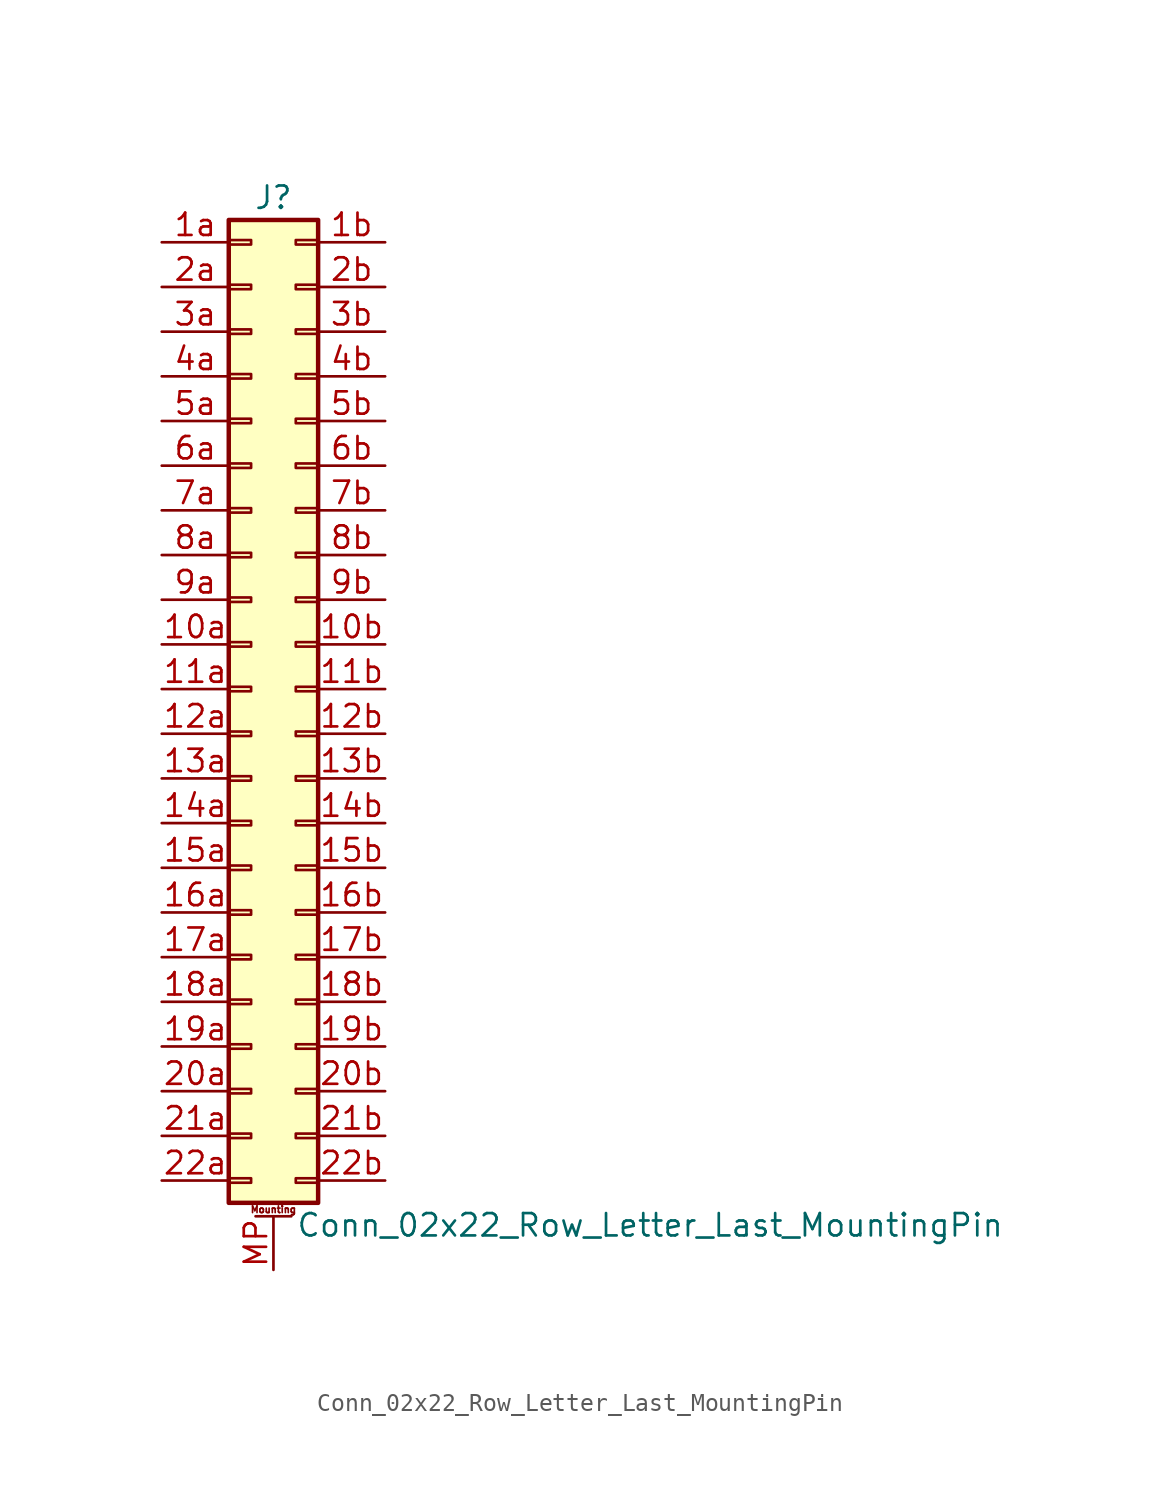
<source format=kicad_sym>
(kicad_symbol_lib
  (version 20201005)
  (generator kicad_symbol_editor)
  (symbol "Conn_02x22_Row_Letter_Last_MountingPin"
    (pin_names
      (offset 1.016) hide)
    (property "Reference" "J"
      (at 1.27 27.94 0)
      (effects (font (size 1.27 1.27))))
    (property "Value" "Conn_02x22_Row_Letter_Last_MountingPin"
      (at 2.54 -30.48 0)
      (effects (font (size 1.27 1.27)) (justify left)))
    (symbol "Conn_02x22_Row_Letter_Last_MountingPin_1_1"
      (text "Mounting" (at 1.27 -29.591 0) (effects (font (size 0.381 0.381))))
      (rectangle (start -1.27 -27.813) (end 0 -28.067) (stroke (width 0.152)) (fill (type none)))
      (rectangle (start -1.27 -25.273) (end 0 -25.527) (stroke (width 0.152)) (fill (type none)))
      (rectangle (start -1.27 -22.733) (end 0 -22.987) (stroke (width 0.152)) (fill (type none)))
      (rectangle (start -1.27 -20.193) (end 0 -20.447) (stroke (width 0.152)) (fill (type none)))
      (rectangle (start -1.27 -17.653) (end 0 -17.907) (stroke (width 0.152)) (fill (type none)))
      (rectangle (start -1.27 -15.113) (end 0 -15.367) (stroke (width 0.152)) (fill (type none)))
      (rectangle (start -1.27 -12.573) (end 0 -12.827) (stroke (width 0.152)) (fill (type none)))
      (rectangle (start -1.27 -10.033) (end 0 -10.287) (stroke (width 0.152)) (fill (type none)))
      (rectangle (start -1.27 -7.493) (end 0 -7.747) (stroke (width 0.152)) (fill (type none)))
      (rectangle (start -1.27 -4.953) (end 0 -5.207) (stroke (width 0.152)) (fill (type none)))
      (rectangle (start -1.27 -2.413) (end 0 -2.667) (stroke (width 0.152)) (fill (type none)))
      (rectangle (start -1.27 0.127) (end 0 -0.127) (stroke (width 0.152)) (fill (type none)))
      (rectangle (start -1.27 2.667) (end 0 2.413) (stroke (width 0.152)) (fill (type none)))
      (rectangle (start -1.27 5.207) (end 0 4.953) (stroke (width 0.152)) (fill (type none)))
      (rectangle (start -1.27 7.747) (end 0 7.493) (stroke (width 0.152)) (fill (type none)))
      (rectangle (start -1.27 10.287) (end 0 10.033) (stroke (width 0.152)) (fill (type none)))
      (rectangle (start -1.27 12.827) (end 0 12.573) (stroke (width 0.152)) (fill (type none)))
      (rectangle (start -1.27 15.367) (end 0 15.113) (stroke (width 0.152)) (fill (type none)))
      (rectangle (start -1.27 17.907) (end 0 17.653) (stroke (width 0.152)) (fill (type none)))
      (rectangle (start -1.27 20.447) (end 0 20.193) (stroke (width 0.152)) (fill (type none)))
      (rectangle (start -1.27 22.987) (end 0 22.733) (stroke (width 0.152)) (fill (type none)))
      (rectangle (start -1.27 25.527) (end 0 25.273) (stroke (width 0.152)) (fill (type none)))
      (rectangle (start 3.81 -27.813) (end 2.54 -28.067) (stroke (width 0.152)) (fill (type none)))
      (rectangle (start 3.81 -25.273) (end 2.54 -25.527) (stroke (width 0.152)) (fill (type none)))
      (rectangle (start 3.81 -22.733) (end 2.54 -22.987) (stroke (width 0.152)) (fill (type none)))
      (rectangle (start 3.81 -20.193) (end 2.54 -20.447) (stroke (width 0.152)) (fill (type none)))
      (rectangle (start 3.81 -17.653) (end 2.54 -17.907) (stroke (width 0.152)) (fill (type none)))
      (rectangle (start 3.81 -15.113) (end 2.54 -15.367) (stroke (width 0.152)) (fill (type none)))
      (rectangle (start 3.81 -12.573) (end 2.54 -12.827) (stroke (width 0.152)) (fill (type none)))
      (rectangle (start 3.81 -10.033) (end 2.54 -10.287) (stroke (width 0.152)) (fill (type none)))
      (rectangle (start 3.81 -7.493) (end 2.54 -7.747) (stroke (width 0.152)) (fill (type none)))
      (rectangle (start 3.81 -4.953) (end 2.54 -5.207) (stroke (width 0.152)) (fill (type none)))
      (rectangle (start 3.81 -2.413) (end 2.54 -2.667) (stroke (width 0.152)) (fill (type none)))
      (rectangle (start 3.81 0.127) (end 2.54 -0.127) (stroke (width 0.152)) (fill (type none)))
      (rectangle (start 3.81 2.667) (end 2.54 2.413) (stroke (width 0.152)) (fill (type none)))
      (rectangle (start 3.81 5.207) (end 2.54 4.953) (stroke (width 0.152)) (fill (type none)))
      (rectangle (start 3.81 7.747) (end 2.54 7.493) (stroke (width 0.152)) (fill (type none)))
      (rectangle (start 3.81 10.287) (end 2.54 10.033) (stroke (width 0.152)) (fill (type none)))
      (rectangle (start 3.81 12.827) (end 2.54 12.573) (stroke (width 0.152)) (fill (type none)))
      (rectangle (start 3.81 15.367) (end 2.54 15.113) (stroke (width 0.152)) (fill (type none)))
      (rectangle (start 3.81 17.907) (end 2.54 17.653) (stroke (width 0.152)) (fill (type none)))
      (rectangle (start 3.81 20.447) (end 2.54 20.193) (stroke (width 0.152)) (fill (type none)))
      (rectangle (start 3.81 22.987) (end 2.54 22.733) (stroke (width 0.152)) (fill (type none)))
      (rectangle (start 3.81 25.527) (end 2.54 25.273) (stroke (width 0.152)) (fill (type none)))
      (rectangle (start -1.27 26.67) (end 3.81 -29.21) (stroke (width 0.254)) (fill (type background)))
      (polyline (pts (xy 0.254 -29.972) (xy 2.286 -29.972)) (stroke (width 0.152)) (fill (type none)))
      (pin passive line (at -5.08 2.54 0) (length 3.81) (name "Pin_10a" (effects (font (size 1.27 1.27)))) (number "10a" (effects (font (size 1.27 1.27)))))
      (pin passive line (at 7.62 2.54 180) (length 3.81) (name "Pin_10b" (effects (font (size 1.27 1.27)))) (number "10b" (effects (font (size 1.27 1.27)))))
      (pin passive line (at -5.08 0 0) (length 3.81) (name "Pin_11a" (effects (font (size 1.27 1.27)))) (number "11a" (effects (font (size 1.27 1.27)))))
      (pin passive line (at 7.62 0 180) (length 3.81) (name "Pin_11b" (effects (font (size 1.27 1.27)))) (number "11b" (effects (font (size 1.27 1.27)))))
      (pin passive line (at -5.08 -2.54 0) (length 3.81) (name "Pin_12a" (effects (font (size 1.27 1.27)))) (number "12a" (effects (font (size 1.27 1.27)))))
      (pin passive line (at 7.62 -2.54 180) (length 3.81) (name "Pin_12b" (effects (font (size 1.27 1.27)))) (number "12b" (effects (font (size 1.27 1.27)))))
      (pin passive line (at -5.08 -5.08 0) (length 3.81) (name "Pin_13a" (effects (font (size 1.27 1.27)))) (number "13a" (effects (font (size 1.27 1.27)))))
      (pin passive line (at 7.62 -5.08 180) (length 3.81) (name "Pin_13b" (effects (font (size 1.27 1.27)))) (number "13b" (effects (font (size 1.27 1.27)))))
      (pin passive line (at -5.08 -7.62 0) (length 3.81) (name "Pin_14a" (effects (font (size 1.27 1.27)))) (number "14a" (effects (font (size 1.27 1.27)))))
      (pin passive line (at 7.62 -7.62 180) (length 3.81) (name "Pin_14b" (effects (font (size 1.27 1.27)))) (number "14b" (effects (font (size 1.27 1.27)))))
      (pin passive line (at -5.08 -10.16 0) (length 3.81) (name "Pin_15a" (effects (font (size 1.27 1.27)))) (number "15a" (effects (font (size 1.27 1.27)))))
      (pin passive line (at 7.62 -10.16 180) (length 3.81) (name "Pin_15b" (effects (font (size 1.27 1.27)))) (number "15b" (effects (font (size 1.27 1.27)))))
      (pin passive line (at -5.08 -12.7 0) (length 3.81) (name "Pin_16a" (effects (font (size 1.27 1.27)))) (number "16a" (effects (font (size 1.27 1.27)))))
      (pin passive line (at 7.62 -12.7 180) (length 3.81) (name "Pin_16b" (effects (font (size 1.27 1.27)))) (number "16b" (effects (font (size 1.27 1.27)))))
      (pin passive line (at -5.08 -15.24 0) (length 3.81) (name "Pin_17a" (effects (font (size 1.27 1.27)))) (number "17a" (effects (font (size 1.27 1.27)))))
      (pin passive line (at 7.62 -15.24 180) (length 3.81) (name "Pin_17b" (effects (font (size 1.27 1.27)))) (number "17b" (effects (font (size 1.27 1.27)))))
      (pin passive line (at -5.08 -17.78 0) (length 3.81) (name "Pin_18a" (effects (font (size 1.27 1.27)))) (number "18a" (effects (font (size 1.27 1.27)))))
      (pin passive line (at 7.62 -17.78 180) (length 3.81) (name "Pin_18b" (effects (font (size 1.27 1.27)))) (number "18b" (effects (font (size 1.27 1.27)))))
      (pin passive line (at -5.08 -20.32 0) (length 3.81) (name "Pin_19a" (effects (font (size 1.27 1.27)))) (number "19a" (effects (font (size 1.27 1.27)))))
      (pin passive line (at 7.62 -20.32 180) (length 3.81) (name "Pin_19b" (effects (font (size 1.27 1.27)))) (number "19b" (effects (font (size 1.27 1.27)))))
      (pin passive line (at -5.08 25.4 0) (length 3.81) (name "Pin_1a" (effects (font (size 1.27 1.27)))) (number "1a" (effects (font (size 1.27 1.27)))))
      (pin passive line (at 7.62 25.4 180) (length 3.81) (name "Pin_1b" (effects (font (size 1.27 1.27)))) (number "1b" (effects (font (size 1.27 1.27)))))
      (pin passive line (at -5.08 -22.86 0) (length 3.81) (name "Pin_20a" (effects (font (size 1.27 1.27)))) (number "20a" (effects (font (size 1.27 1.27)))))
      (pin passive line (at 7.62 -22.86 180) (length 3.81) (name "Pin_20b" (effects (font (size 1.27 1.27)))) (number "20b" (effects (font (size 1.27 1.27)))))
      (pin passive line (at -5.08 -25.4 0) (length 3.81) (name "Pin_21a" (effects (font (size 1.27 1.27)))) (number "21a" (effects (font (size 1.27 1.27)))))
      (pin passive line (at 7.62 -25.4 180) (length 3.81) (name "Pin_21b" (effects (font (size 1.27 1.27)))) (number "21b" (effects (font (size 1.27 1.27)))))
      (pin passive line (at -5.08 -27.94 0) (length 3.81) (name "Pin_22a" (effects (font (size 1.27 1.27)))) (number "22a" (effects (font (size 1.27 1.27)))))
      (pin passive line (at 7.62 -27.94 180) (length 3.81) (name "Pin_22b" (effects (font (size 1.27 1.27)))) (number "22b" (effects (font (size 1.27 1.27)))))
      (pin passive line (at -5.08 22.86 0) (length 3.81) (name "Pin_2a" (effects (font (size 1.27 1.27)))) (number "2a" (effects (font (size 1.27 1.27)))))
      (pin passive line (at 7.62 22.86 180) (length 3.81) (name "Pin_2b" (effects (font (size 1.27 1.27)))) (number "2b" (effects (font (size 1.27 1.27)))))
      (pin passive line (at -5.08 20.32 0) (length 3.81) (name "Pin_3a" (effects (font (size 1.27 1.27)))) (number "3a" (effects (font (size 1.27 1.27)))))
      (pin passive line (at 7.62 20.32 180) (length 3.81) (name "Pin_3b" (effects (font (size 1.27 1.27)))) (number "3b" (effects (font (size 1.27 1.27)))))
      (pin passive line (at -5.08 17.78 0) (length 3.81) (name "Pin_4a" (effects (font (size 1.27 1.27)))) (number "4a" (effects (font (size 1.27 1.27)))))
      (pin passive line (at 7.62 17.78 180) (length 3.81) (name "Pin_4b" (effects (font (size 1.27 1.27)))) (number "4b" (effects (font (size 1.27 1.27)))))
      (pin passive line (at -5.08 15.24 0) (length 3.81) (name "Pin_5a" (effects (font (size 1.27 1.27)))) (number "5a" (effects (font (size 1.27 1.27)))))
      (pin passive line (at 7.62 15.24 180) (length 3.81) (name "Pin_5b" (effects (font (size 1.27 1.27)))) (number "5b" (effects (font (size 1.27 1.27)))))
      (pin passive line (at -5.08 12.7 0) (length 3.81) (name "Pin_6a" (effects (font (size 1.27 1.27)))) (number "6a" (effects (font (size 1.27 1.27)))))
      (pin passive line (at 7.62 12.7 180) (length 3.81) (name "Pin_6b" (effects (font (size 1.27 1.27)))) (number "6b" (effects (font (size 1.27 1.27)))))
      (pin passive line (at -5.08 10.16 0) (length 3.81) (name "Pin_7a" (effects (font (size 1.27 1.27)))) (number "7a" (effects (font (size 1.27 1.27)))))
      (pin passive line (at 7.62 10.16 180) (length 3.81) (name "Pin_7b" (effects (font (size 1.27 1.27)))) (number "7b" (effects (font (size 1.27 1.27)))))
      (pin passive line (at -5.08 7.62 0) (length 3.81) (name "Pin_8a" (effects (font (size 1.27 1.27)))) (number "8a" (effects (font (size 1.27 1.27)))))
      (pin passive line (at 7.62 7.62 180) (length 3.81) (name "Pin_8b" (effects (font (size 1.27 1.27)))) (number "8b" (effects (font (size 1.27 1.27)))))
      (pin passive line (at -5.08 5.08 0) (length 3.81) (name "Pin_9a" (effects (font (size 1.27 1.27)))) (number "9a" (effects (font (size 1.27 1.27)))))
      (pin passive line (at 7.62 5.08 180) (length 3.81) (name "Pin_9b" (effects (font (size 1.27 1.27)))) (number "9b" (effects (font (size 1.27 1.27)))))
      (pin passive line (at 1.27 -33.02 90) (length 3.048) (name "MountPin" (effects (font (size 1.27 1.27)))) (number "MP" (effects (font (size 1.27 1.27))))))))
</source>
